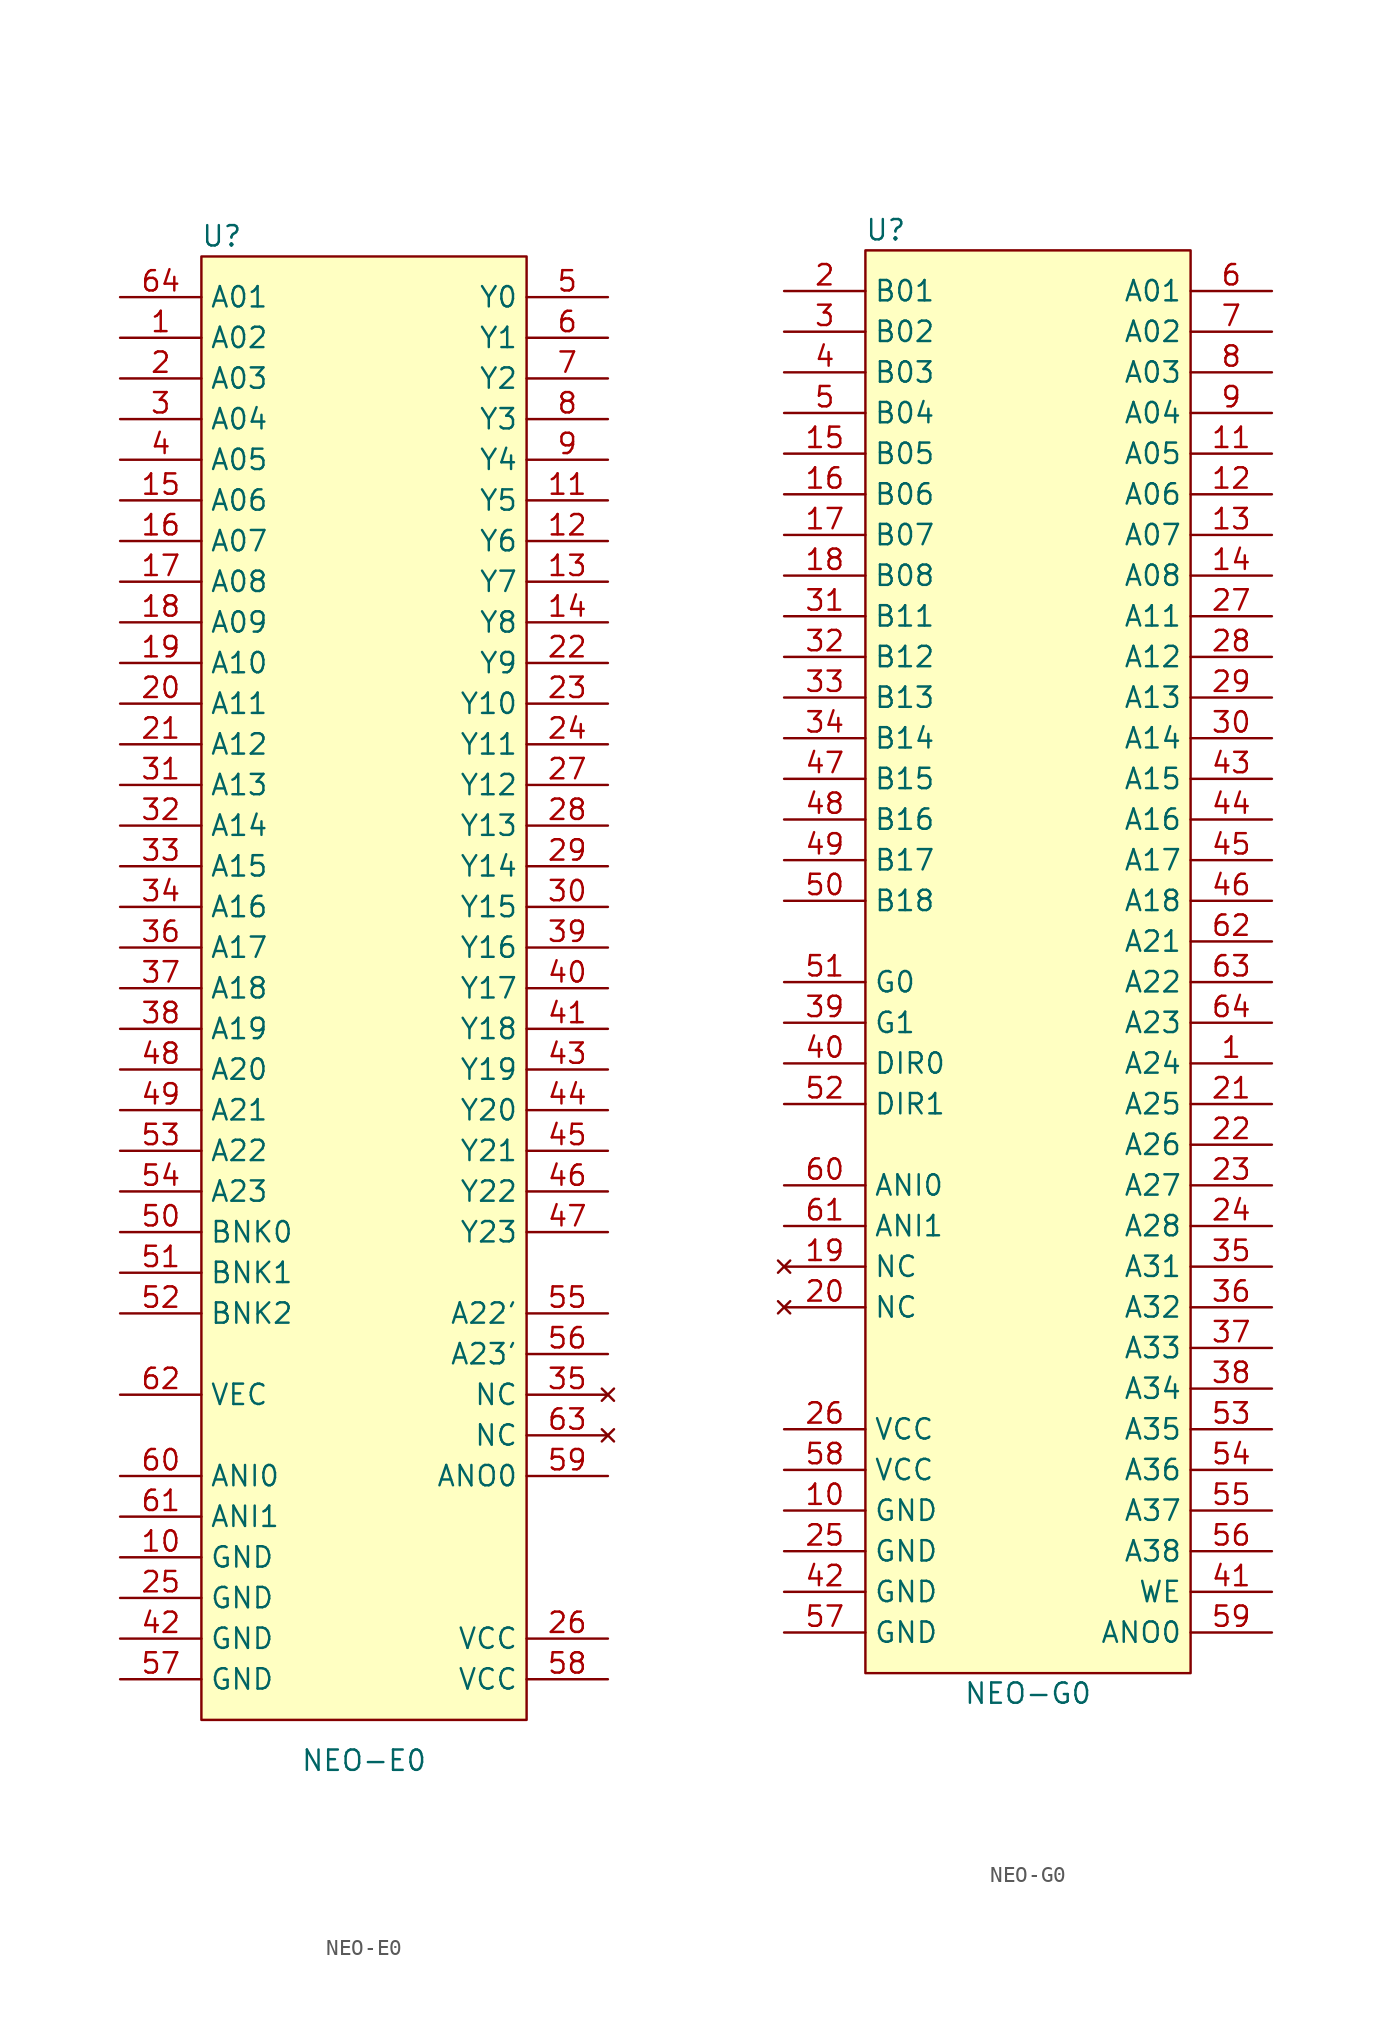
<source format=kicad_sym>
(kicad_symbol_lib
  (version 20211014)
  (generator kicad_symbol_editor)
  (symbol "NEO-E0"
    (property "Reference" "U"
      (at -8.89 59.69 0)
      (effects (font (size 1.27 1.27))))
    (property "Value" "NEO-E0"
      (at 0 -35.56 0)
      (effects (font (size 1.27 1.27))))
    (symbol "NEO-E0_1_1"
      (rectangle (start -10.16 58.42) (end 10.16 -33.02) (stroke (width 0) (type default) (color 0 0 0 0)) (fill (type background)))
      (pin bidirectional line (at -15.24 53.34 0) (length 5.08) (name "A02" (effects (font (size 1.27 1.27)))) (number "1" (effects (font (size 1.27 1.27)))))
      (pin power_in line (at -15.24 -22.86 0) (length 5.08) (name "GND" (effects (font (size 1.27 1.27)))) (number "10" (effects (font (size 1.27 1.27)))))
      (pin bidirectional line (at 15.24 43.18 180) (length 5.08) (name "Y5" (effects (font (size 1.27 1.27)))) (number "11" (effects (font (size 1.27 1.27)))))
      (pin bidirectional line (at 15.24 40.64 180) (length 5.08) (name "Y6" (effects (font (size 1.27 1.27)))) (number "12" (effects (font (size 1.27 1.27)))))
      (pin bidirectional line (at 15.24 38.1 180) (length 5.08) (name "Y7" (effects (font (size 1.27 1.27)))) (number "13" (effects (font (size 1.27 1.27)))))
      (pin bidirectional line (at 15.24 35.56 180) (length 5.08) (name "Y8" (effects (font (size 1.27 1.27)))) (number "14" (effects (font (size 1.27 1.27)))))
      (pin bidirectional line (at -15.24 43.18 0) (length 5.08) (name "A06" (effects (font (size 1.27 1.27)))) (number "15" (effects (font (size 1.27 1.27)))))
      (pin bidirectional line (at -15.24 40.64 0) (length 5.08) (name "A07" (effects (font (size 1.27 1.27)))) (number "16" (effects (font (size 1.27 1.27)))))
      (pin bidirectional line (at -15.24 38.1 0) (length 5.08) (name "A08" (effects (font (size 1.27 1.27)))) (number "17" (effects (font (size 1.27 1.27)))))
      (pin bidirectional line (at -15.24 35.56 0) (length 5.08) (name "A09" (effects (font (size 1.27 1.27)))) (number "18" (effects (font (size 1.27 1.27)))))
      (pin bidirectional line (at -15.24 33.02 0) (length 5.08) (name "A10" (effects (font (size 1.27 1.27)))) (number "19" (effects (font (size 1.27 1.27)))))
      (pin bidirectional line (at -15.24 50.8 0) (length 5.08) (name "A03" (effects (font (size 1.27 1.27)))) (number "2" (effects (font (size 1.27 1.27)))))
      (pin bidirectional line (at -15.24 30.48 0) (length 5.08) (name "A11" (effects (font (size 1.27 1.27)))) (number "20" (effects (font (size 1.27 1.27)))))
      (pin bidirectional line (at -15.24 27.94 0) (length 5.08) (name "A12" (effects (font (size 1.27 1.27)))) (number "21" (effects (font (size 1.27 1.27)))))
      (pin bidirectional line (at 15.24 33.02 180) (length 5.08) (name "Y9" (effects (font (size 1.27 1.27)))) (number "22" (effects (font (size 1.27 1.27)))))
      (pin bidirectional line (at 15.24 30.48 180) (length 5.08) (name "Y10" (effects (font (size 1.27 1.27)))) (number "23" (effects (font (size 1.27 1.27)))))
      (pin bidirectional line (at 15.24 27.94 180) (length 5.08) (name "Y11" (effects (font (size 1.27 1.27)))) (number "24" (effects (font (size 1.27 1.27)))))
      (pin power_in line (at -15.24 -25.4 0) (length 5.08) (name "GND" (effects (font (size 1.27 1.27)))) (number "25" (effects (font (size 1.27 1.27)))))
      (pin power_in line (at 15.24 -27.94 180) (length 5.08) (name "VCC" (effects (font (size 1.27 1.27)))) (number "26" (effects (font (size 1.27 1.27)))))
      (pin bidirectional line (at 15.24 25.4 180) (length 5.08) (name "Y12" (effects (font (size 1.27 1.27)))) (number "27" (effects (font (size 1.27 1.27)))))
      (pin bidirectional line (at 15.24 22.86 180) (length 5.08) (name "Y13" (effects (font (size 1.27 1.27)))) (number "28" (effects (font (size 1.27 1.27)))))
      (pin bidirectional line (at 15.24 20.32 180) (length 5.08) (name "Y14" (effects (font (size 1.27 1.27)))) (number "29" (effects (font (size 1.27 1.27)))))
      (pin bidirectional line (at -15.24 48.26 0) (length 5.08) (name "A04" (effects (font (size 1.27 1.27)))) (number "3" (effects (font (size 1.27 1.27)))))
      (pin bidirectional line (at 15.24 17.78 180) (length 5.08) (name "Y15" (effects (font (size 1.27 1.27)))) (number "30" (effects (font (size 1.27 1.27)))))
      (pin bidirectional line (at -15.24 25.4 0) (length 5.08) (name "A13" (effects (font (size 1.27 1.27)))) (number "31" (effects (font (size 1.27 1.27)))))
      (pin bidirectional line (at -15.24 22.86 0) (length 5.08) (name "A14" (effects (font (size 1.27 1.27)))) (number "32" (effects (font (size 1.27 1.27)))))
      (pin bidirectional line (at -15.24 20.32 0) (length 5.08) (name "A15" (effects (font (size 1.27 1.27)))) (number "33" (effects (font (size 1.27 1.27)))))
      (pin bidirectional line (at -15.24 17.78 0) (length 5.08) (name "A16" (effects (font (size 1.27 1.27)))) (number "34" (effects (font (size 1.27 1.27)))))
      (pin no_connect line (at 15.24 -12.7 180) (length 5.08) (name "NC" (effects (font (size 1.27 1.27)))) (number "35" (effects (font (size 1.27 1.27)))))
      (pin bidirectional line (at -15.24 15.24 0) (length 5.08) (name "A17" (effects (font (size 1.27 1.27)))) (number "36" (effects (font (size 1.27 1.27)))))
      (pin bidirectional line (at -15.24 12.7 0) (length 5.08) (name "A18" (effects (font (size 1.27 1.27)))) (number "37" (effects (font (size 1.27 1.27)))))
      (pin bidirectional line (at -15.24 10.16 0) (length 5.08) (name "A19" (effects (font (size 1.27 1.27)))) (number "38" (effects (font (size 1.27 1.27)))))
      (pin bidirectional line (at 15.24 15.24 180) (length 5.08) (name "Y16" (effects (font (size 1.27 1.27)))) (number "39" (effects (font (size 1.27 1.27)))))
      (pin bidirectional line (at -15.24 45.72 0) (length 5.08) (name "A05" (effects (font (size 1.27 1.27)))) (number "4" (effects (font (size 1.27 1.27)))))
      (pin bidirectional line (at 15.24 12.7 180) (length 5.08) (name "Y17" (effects (font (size 1.27 1.27)))) (number "40" (effects (font (size 1.27 1.27)))))
      (pin bidirectional line (at 15.24 10.16 180) (length 5.08) (name "Y18" (effects (font (size 1.27 1.27)))) (number "41" (effects (font (size 1.27 1.27)))))
      (pin power_in line (at -15.24 -27.94 0) (length 5.08) (name "GND" (effects (font (size 1.27 1.27)))) (number "42" (effects (font (size 1.27 1.27)))))
      (pin bidirectional line (at 15.24 7.62 180) (length 5.08) (name "Y19" (effects (font (size 1.27 1.27)))) (number "43" (effects (font (size 1.27 1.27)))))
      (pin bidirectional line (at 15.24 5.08 180) (length 5.08) (name "Y20" (effects (font (size 1.27 1.27)))) (number "44" (effects (font (size 1.27 1.27)))))
      (pin bidirectional line (at 15.24 2.54 180) (length 5.08) (name "Y21" (effects (font (size 1.27 1.27)))) (number "45" (effects (font (size 1.27 1.27)))))
      (pin bidirectional line (at 15.24 0 180) (length 5.08) (name "Y22" (effects (font (size 1.27 1.27)))) (number "46" (effects (font (size 1.27 1.27)))))
      (pin bidirectional line (at 15.24 -2.54 180) (length 5.08) (name "Y23" (effects (font (size 1.27 1.27)))) (number "47" (effects (font (size 1.27 1.27)))))
      (pin bidirectional line (at -15.24 7.62 0) (length 5.08) (name "A20" (effects (font (size 1.27 1.27)))) (number "48" (effects (font (size 1.27 1.27)))))
      (pin bidirectional line (at -15.24 5.08 0) (length 5.08) (name "A21" (effects (font (size 1.27 1.27)))) (number "49" (effects (font (size 1.27 1.27)))))
      (pin bidirectional line (at 15.24 55.88 180) (length 5.08) (name "Y0" (effects (font (size 1.27 1.27)))) (number "5" (effects (font (size 1.27 1.27)))))
      (pin bidirectional line (at -15.24 -2.54 0) (length 5.08) (name "BNK0" (effects (font (size 1.27 1.27)))) (number "50" (effects (font (size 1.27 1.27)))))
      (pin bidirectional line (at -15.24 -5.08 0) (length 5.08) (name "BNK1" (effects (font (size 1.27 1.27)))) (number "51" (effects (font (size 1.27 1.27)))))
      (pin bidirectional line (at -15.24 -7.62 0) (length 5.08) (name "BNK2" (effects (font (size 1.27 1.27)))) (number "52" (effects (font (size 1.27 1.27)))))
      (pin bidirectional line (at -15.24 2.54 0) (length 5.08) (name "A22" (effects (font (size 1.27 1.27)))) (number "53" (effects (font (size 1.27 1.27)))))
      (pin bidirectional line (at -15.24 0 0) (length 5.08) (name "A23" (effects (font (size 1.27 1.27)))) (number "54" (effects (font (size 1.27 1.27)))))
      (pin bidirectional line (at 15.24 -7.62 180) (length 5.08) (name "A22'" (effects (font (size 1.27 1.27)))) (number "55" (effects (font (size 1.27 1.27)))))
      (pin bidirectional line (at 15.24 -10.16 180) (length 5.08) (name "A23'" (effects (font (size 1.27 1.27)))) (number "56" (effects (font (size 1.27 1.27)))))
      (pin power_in line (at -15.24 -30.48 0) (length 5.08) (name "GND" (effects (font (size 1.27 1.27)))) (number "57" (effects (font (size 1.27 1.27)))))
      (pin power_in line (at 15.24 -30.48 180) (length 5.08) (name "VCC" (effects (font (size 1.27 1.27)))) (number "58" (effects (font (size 1.27 1.27)))))
      (pin bidirectional line (at 15.24 -17.78 180) (length 5.08) (name "ANO0" (effects (font (size 1.27 1.27)))) (number "59" (effects (font (size 1.27 1.27)))))
      (pin bidirectional line (at 15.24 53.34 180) (length 5.08) (name "Y1" (effects (font (size 1.27 1.27)))) (number "6" (effects (font (size 1.27 1.27)))))
      (pin bidirectional line (at -15.24 -17.78 0) (length 5.08) (name "ANI0" (effects (font (size 1.27 1.27)))) (number "60" (effects (font (size 1.27 1.27)))))
      (pin bidirectional line (at -15.24 -20.32 0) (length 5.08) (name "ANI1" (effects (font (size 1.27 1.27)))) (number "61" (effects (font (size 1.27 1.27)))))
      (pin bidirectional line (at -15.24 -12.7 0) (length 5.08) (name "VEC" (effects (font (size 1.27 1.27)))) (number "62" (effects (font (size 1.27 1.27)))))
      (pin no_connect line (at 15.24 -15.24 180) (length 5.08) (name "NC" (effects (font (size 1.27 1.27)))) (number "63" (effects (font (size 1.27 1.27)))))
      (pin bidirectional line (at -15.24 55.88 0) (length 5.08) (name "A01" (effects (font (size 1.27 1.27)))) (number "64" (effects (font (size 1.27 1.27)))))
      (pin bidirectional line (at 15.24 50.8 180) (length 5.08) (name "Y2" (effects (font (size 1.27 1.27)))) (number "7" (effects (font (size 1.27 1.27)))))
      (pin bidirectional line (at 15.24 48.26 180) (length 5.08) (name "Y3" (effects (font (size 1.27 1.27)))) (number "8" (effects (font (size 1.27 1.27)))))
      (pin bidirectional line (at 15.24 45.72 180) (length 5.08) (name "Y4" (effects (font (size 1.27 1.27)))) (number "9" (effects (font (size 1.27 1.27)))))))
  (symbol "NEO-G0"
    (property "Reference" "U"
      (at -8.89 59.69 0)
      (effects (font (size 1.27 1.27))))
    (property "Value" "NEO-G0"
      (at 0 -31.75 0)
      (effects (font (size 1.27 1.27))))
    (symbol "NEO-G0_1_1"
      (rectangle (start -10.16 58.42) (end 10.16 -30.48) (stroke (width 0) (type default) (color 0 0 0 0)) (fill (type background)))
      (pin bidirectional line (at 15.24 7.62 180) (length 5.08) (name "A24" (effects (font (size 1.27 1.27)))) (number "1" (effects (font (size 1.27 1.27)))))
      (pin power_in line (at -15.24 -20.32 0) (length 5.08) (name "GND" (effects (font (size 1.27 1.27)))) (number "10" (effects (font (size 1.27 1.27)))))
      (pin bidirectional line (at 15.24 45.72 180) (length 5.08) (name "A05" (effects (font (size 1.27 1.27)))) (number "11" (effects (font (size 1.27 1.27)))))
      (pin bidirectional line (at 15.24 43.18 180) (length 5.08) (name "A06" (effects (font (size 1.27 1.27)))) (number "12" (effects (font (size 1.27 1.27)))))
      (pin bidirectional line (at 15.24 40.64 180) (length 5.08) (name "A07" (effects (font (size 1.27 1.27)))) (number "13" (effects (font (size 1.27 1.27)))))
      (pin bidirectional line (at 15.24 38.1 180) (length 5.08) (name "A08" (effects (font (size 1.27 1.27)))) (number "14" (effects (font (size 1.27 1.27)))))
      (pin bidirectional line (at -15.24 45.72 0) (length 5.08) (name "B05" (effects (font (size 1.27 1.27)))) (number "15" (effects (font (size 1.27 1.27)))))
      (pin bidirectional line (at -15.24 43.18 0) (length 5.08) (name "B06" (effects (font (size 1.27 1.27)))) (number "16" (effects (font (size 1.27 1.27)))))
      (pin bidirectional line (at -15.24 40.64 0) (length 5.08) (name "B07" (effects (font (size 1.27 1.27)))) (number "17" (effects (font (size 1.27 1.27)))))
      (pin bidirectional line (at -15.24 38.1 0) (length 5.08) (name "B08" (effects (font (size 1.27 1.27)))) (number "18" (effects (font (size 1.27 1.27)))))
      (pin no_connect line (at -15.24 -5.08 0) (length 5.08) (name "NC" (effects (font (size 1.27 1.27)))) (number "19" (effects (font (size 1.27 1.27)))))
      (pin bidirectional line (at -15.24 55.88 0) (length 5.08) (name "B01" (effects (font (size 1.27 1.27)))) (number "2" (effects (font (size 1.27 1.27)))))
      (pin no_connect line (at -15.24 -7.62 0) (length 5.08) (name "NC" (effects (font (size 1.27 1.27)))) (number "20" (effects (font (size 1.27 1.27)))))
      (pin bidirectional line (at 15.24 5.08 180) (length 5.08) (name "A25" (effects (font (size 1.27 1.27)))) (number "21" (effects (font (size 1.27 1.27)))))
      (pin bidirectional line (at 15.24 2.54 180) (length 5.08) (name "A26" (effects (font (size 1.27 1.27)))) (number "22" (effects (font (size 1.27 1.27)))))
      (pin bidirectional line (at 15.24 0 180) (length 5.08) (name "A27" (effects (font (size 1.27 1.27)))) (number "23" (effects (font (size 1.27 1.27)))))
      (pin bidirectional line (at 15.24 -2.54 180) (length 5.08) (name "A28" (effects (font (size 1.27 1.27)))) (number "24" (effects (font (size 1.27 1.27)))))
      (pin power_in line (at -15.24 -22.86 0) (length 5.08) (name "GND" (effects (font (size 1.27 1.27)))) (number "25" (effects (font (size 1.27 1.27)))))
      (pin power_in line (at -15.24 -15.24 0) (length 5.08) (name "VCC" (effects (font (size 1.27 1.27)))) (number "26" (effects (font (size 1.27 1.27)))))
      (pin bidirectional line (at 15.24 35.56 180) (length 5.08) (name "A11" (effects (font (size 1.27 1.27)))) (number "27" (effects (font (size 1.27 1.27)))))
      (pin bidirectional line (at 15.24 33.02 180) (length 5.08) (name "A12" (effects (font (size 1.27 1.27)))) (number "28" (effects (font (size 1.27 1.27)))))
      (pin bidirectional line (at 15.24 30.48 180) (length 5.08) (name "A13" (effects (font (size 1.27 1.27)))) (number "29" (effects (font (size 1.27 1.27)))))
      (pin bidirectional line (at -15.24 53.34 0) (length 5.08) (name "B02" (effects (font (size 1.27 1.27)))) (number "3" (effects (font (size 1.27 1.27)))))
      (pin bidirectional line (at 15.24 27.94 180) (length 5.08) (name "A14" (effects (font (size 1.27 1.27)))) (number "30" (effects (font (size 1.27 1.27)))))
      (pin bidirectional line (at -15.24 35.56 0) (length 5.08) (name "B11" (effects (font (size 1.27 1.27)))) (number "31" (effects (font (size 1.27 1.27)))))
      (pin bidirectional line (at -15.24 33.02 0) (length 5.08) (name "B12" (effects (font (size 1.27 1.27)))) (number "32" (effects (font (size 1.27 1.27)))))
      (pin bidirectional line (at -15.24 30.48 0) (length 5.08) (name "B13" (effects (font (size 1.27 1.27)))) (number "33" (effects (font (size 1.27 1.27)))))
      (pin bidirectional line (at -15.24 27.94 0) (length 5.08) (name "B14" (effects (font (size 1.27 1.27)))) (number "34" (effects (font (size 1.27 1.27)))))
      (pin bidirectional line (at 15.24 -5.08 180) (length 5.08) (name "A31" (effects (font (size 1.27 1.27)))) (number "35" (effects (font (size 1.27 1.27)))))
      (pin bidirectional line (at 15.24 -7.62 180) (length 5.08) (name "A32" (effects (font (size 1.27 1.27)))) (number "36" (effects (font (size 1.27 1.27)))))
      (pin bidirectional line (at 15.24 -10.16 180) (length 5.08) (name "A33" (effects (font (size 1.27 1.27)))) (number "37" (effects (font (size 1.27 1.27)))))
      (pin bidirectional line (at 15.24 -12.7 180) (length 5.08) (name "A34" (effects (font (size 1.27 1.27)))) (number "38" (effects (font (size 1.27 1.27)))))
      (pin bidirectional line (at -15.24 10.16 0) (length 5.08) (name "G1" (effects (font (size 1.27 1.27)))) (number "39" (effects (font (size 1.27 1.27)))))
      (pin bidirectional line (at -15.24 50.8 0) (length 5.08) (name "B03" (effects (font (size 1.27 1.27)))) (number "4" (effects (font (size 1.27 1.27)))))
      (pin bidirectional line (at -15.24 7.62 0) (length 5.08) (name "DIR0" (effects (font (size 1.27 1.27)))) (number "40" (effects (font (size 1.27 1.27)))))
      (pin bidirectional line (at 15.24 -25.4 180) (length 5.08) (name "WE" (effects (font (size 1.27 1.27)))) (number "41" (effects (font (size 1.27 1.27)))))
      (pin power_in line (at -15.24 -25.4 0) (length 5.08) (name "GND" (effects (font (size 1.27 1.27)))) (number "42" (effects (font (size 1.27 1.27)))))
      (pin bidirectional line (at 15.24 25.4 180) (length 5.08) (name "A15" (effects (font (size 1.27 1.27)))) (number "43" (effects (font (size 1.27 1.27)))))
      (pin bidirectional line (at 15.24 22.86 180) (length 5.08) (name "A16" (effects (font (size 1.27 1.27)))) (number "44" (effects (font (size 1.27 1.27)))))
      (pin bidirectional line (at 15.24 20.32 180) (length 5.08) (name "A17" (effects (font (size 1.27 1.27)))) (number "45" (effects (font (size 1.27 1.27)))))
      (pin bidirectional line (at 15.24 17.78 180) (length 5.08) (name "A18" (effects (font (size 1.27 1.27)))) (number "46" (effects (font (size 1.27 1.27)))))
      (pin bidirectional line (at -15.24 25.4 0) (length 5.08) (name "B15" (effects (font (size 1.27 1.27)))) (number "47" (effects (font (size 1.27 1.27)))))
      (pin bidirectional line (at -15.24 22.86 0) (length 5.08) (name "B16" (effects (font (size 1.27 1.27)))) (number "48" (effects (font (size 1.27 1.27)))))
      (pin bidirectional line (at -15.24 20.32 0) (length 5.08) (name "B17" (effects (font (size 1.27 1.27)))) (number "49" (effects (font (size 1.27 1.27)))))
      (pin bidirectional line (at -15.24 48.26 0) (length 5.08) (name "B04" (effects (font (size 1.27 1.27)))) (number "5" (effects (font (size 1.27 1.27)))))
      (pin bidirectional line (at -15.24 17.78 0) (length 5.08) (name "B18" (effects (font (size 1.27 1.27)))) (number "50" (effects (font (size 1.27 1.27)))))
      (pin bidirectional line (at -15.24 12.7 0) (length 5.08) (name "G0" (effects (font (size 1.27 1.27)))) (number "51" (effects (font (size 1.27 1.27)))))
      (pin bidirectional line (at -15.24 5.08 0) (length 5.08) (name "DIR1" (effects (font (size 1.27 1.27)))) (number "52" (effects (font (size 1.27 1.27)))))
      (pin bidirectional line (at 15.24 -15.24 180) (length 5.08) (name "A35" (effects (font (size 1.27 1.27)))) (number "53" (effects (font (size 1.27 1.27)))))
      (pin bidirectional line (at 15.24 -17.78 180) (length 5.08) (name "A36" (effects (font (size 1.27 1.27)))) (number "54" (effects (font (size 1.27 1.27)))))
      (pin bidirectional line (at 15.24 -20.32 180) (length 5.08) (name "A37" (effects (font (size 1.27 1.27)))) (number "55" (effects (font (size 1.27 1.27)))))
      (pin bidirectional line (at 15.24 -22.86 180) (length 5.08) (name "A38" (effects (font (size 1.27 1.27)))) (number "56" (effects (font (size 1.27 1.27)))))
      (pin power_in line (at -15.24 -27.94 0) (length 5.08) (name "GND" (effects (font (size 1.27 1.27)))) (number "57" (effects (font (size 1.27 1.27)))))
      (pin power_in line (at -15.24 -17.78 0) (length 5.08) (name "VCC" (effects (font (size 1.27 1.27)))) (number "58" (effects (font (size 1.27 1.27)))))
      (pin bidirectional line (at 15.24 -27.94 180) (length 5.08) (name "ANO0" (effects (font (size 1.27 1.27)))) (number "59" (effects (font (size 1.27 1.27)))))
      (pin bidirectional line (at 15.24 55.88 180) (length 5.08) (name "A01" (effects (font (size 1.27 1.27)))) (number "6" (effects (font (size 1.27 1.27)))))
      (pin bidirectional line (at -15.24 0 0) (length 5.08) (name "ANI0" (effects (font (size 1.27 1.27)))) (number "60" (effects (font (size 1.27 1.27)))))
      (pin bidirectional line (at -15.24 -2.54 0) (length 5.08) (name "ANI1" (effects (font (size 1.27 1.27)))) (number "61" (effects (font (size 1.27 1.27)))))
      (pin bidirectional line (at 15.24 15.24 180) (length 5.08) (name "A21" (effects (font (size 1.27 1.27)))) (number "62" (effects (font (size 1.27 1.27)))))
      (pin bidirectional line (at 15.24 12.7 180) (length 5.08) (name "A22" (effects (font (size 1.27 1.27)))) (number "63" (effects (font (size 1.27 1.27)))))
      (pin bidirectional line (at 15.24 10.16 180) (length 5.08) (name "A23" (effects (font (size 1.27 1.27)))) (number "64" (effects (font (size 1.27 1.27)))))
      (pin bidirectional line (at 15.24 53.34 180) (length 5.08) (name "A02" (effects (font (size 1.27 1.27)))) (number "7" (effects (font (size 1.27 1.27)))))
      (pin bidirectional line (at 15.24 50.8 180) (length 5.08) (name "A03" (effects (font (size 1.27 1.27)))) (number "8" (effects (font (size 1.27 1.27)))))
      (pin bidirectional line (at 15.24 48.26 180) (length 5.08) (name "A04" (effects (font (size 1.27 1.27)))) (number "9" (effects (font (size 1.27 1.27))))))))
</source>
